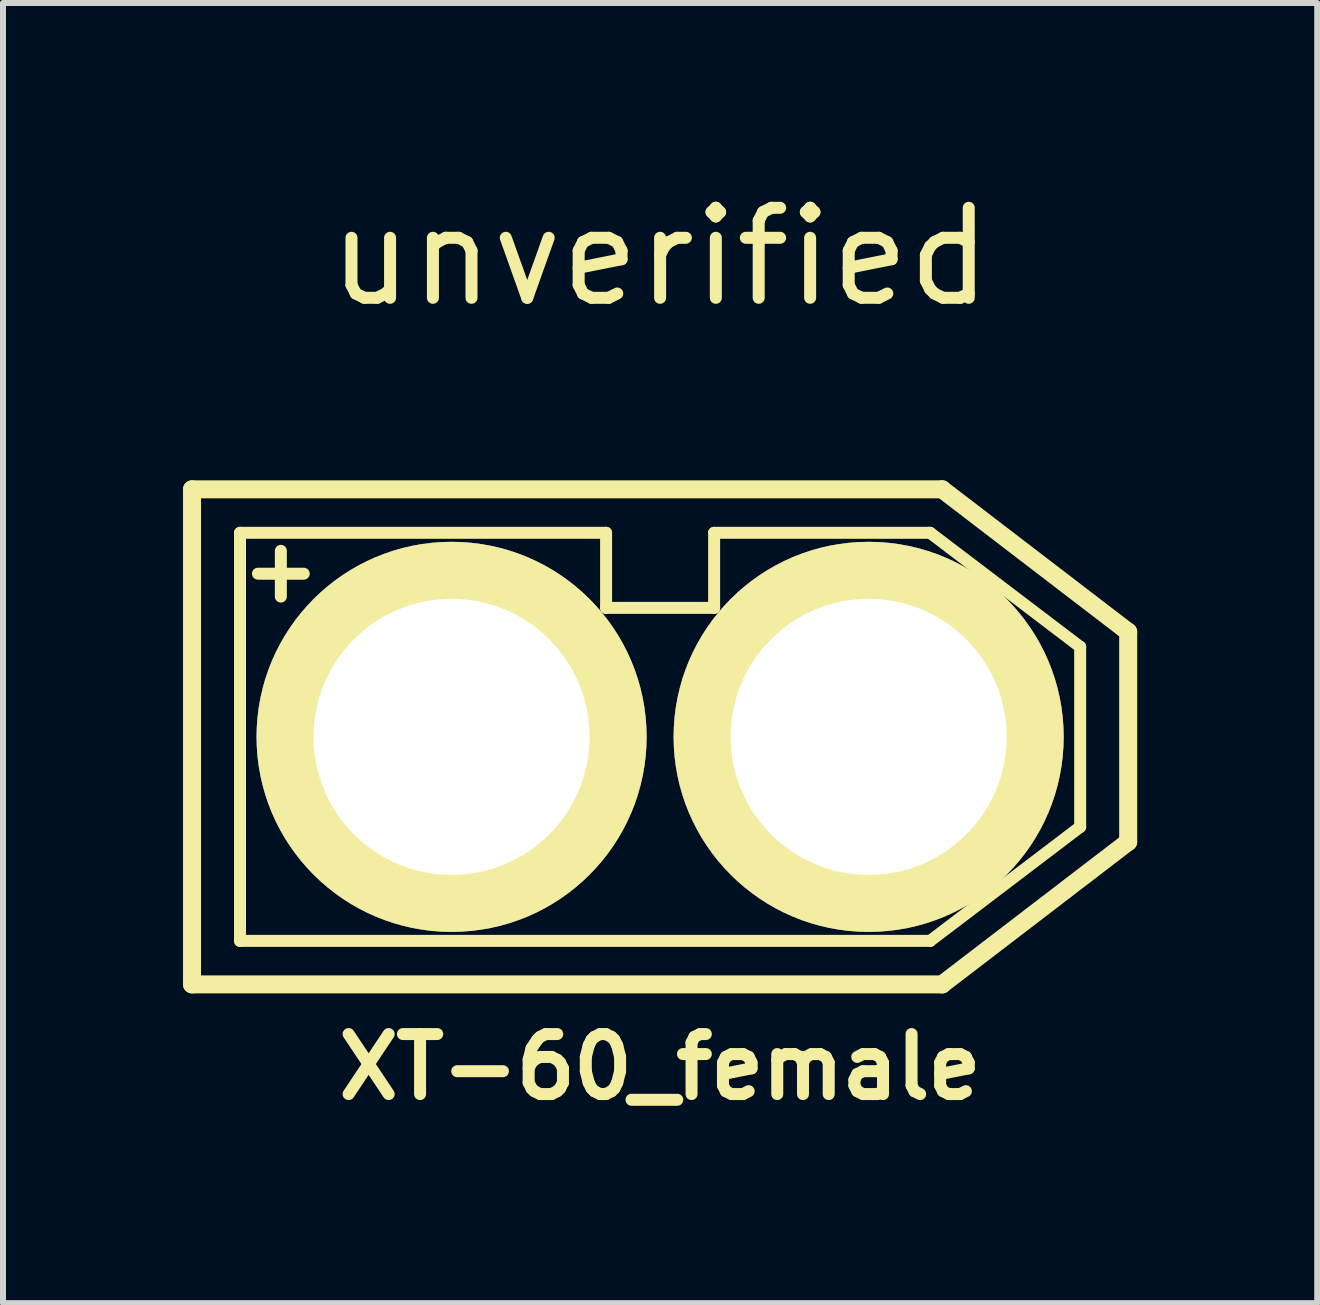
<source format=kicad_pcb>
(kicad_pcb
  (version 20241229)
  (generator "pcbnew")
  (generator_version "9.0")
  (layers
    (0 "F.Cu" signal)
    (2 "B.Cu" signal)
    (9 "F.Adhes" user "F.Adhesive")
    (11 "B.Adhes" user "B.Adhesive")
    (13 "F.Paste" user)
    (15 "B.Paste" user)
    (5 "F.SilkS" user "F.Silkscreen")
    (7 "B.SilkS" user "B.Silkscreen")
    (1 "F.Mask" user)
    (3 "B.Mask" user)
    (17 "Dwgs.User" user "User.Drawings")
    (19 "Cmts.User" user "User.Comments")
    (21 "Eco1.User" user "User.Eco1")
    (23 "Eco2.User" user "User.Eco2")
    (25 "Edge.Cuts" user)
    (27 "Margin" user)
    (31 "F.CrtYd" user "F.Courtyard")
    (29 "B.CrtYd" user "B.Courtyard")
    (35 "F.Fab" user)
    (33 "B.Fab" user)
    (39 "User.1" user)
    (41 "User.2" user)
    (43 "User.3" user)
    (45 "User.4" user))
  (footprint "XT-60_female"
    (layer "F.Cu")
    (at 7.95 9.229)
    (property "Reference" "XT-60_female" (at 0 5.5 0) (layer "F.SilkS") (effects (font (size 1 1) (thickness 0.2))))
    (attr through_hole)
    (fp_line (start -7.8 -4.125) (end -7.8 4.125) (stroke (width 0.3) (type solid)) (layer "F.SilkS"))
    (fp_line (start -7.8 -4.125) (end 4.7 -4.125) (stroke (width 0.3) (type solid)) (layer "F.SilkS"))
    (fp_line (start -7.8 4.125) (end 4.7 4.125) (stroke (width 0.3) (type solid)) (layer "F.SilkS"))
    (fp_line (start -7 -3.4) (end -7 3.4) (stroke (width 0.2) (type solid)) (layer "F.SilkS"))
    (fp_line (start -7 -3.4) (end -0.9 -3.4) (stroke (width 0.2) (type solid)) (layer "F.SilkS"))
    (fp_line (start -7 3.4) (end 4.5 3.4) (stroke (width 0.2) (type solid)) (layer "F.SilkS"))
    (fp_line (start -0.9 -3.4) (end -0.9 -2.15) (stroke (width 0.2) (type solid)) (layer "F.SilkS"))
    (fp_line (start -0.9 -2.15) (end 0.9 -2.15) (stroke (width 0.2) (type solid)) (layer "F.SilkS"))
    (fp_line (start 0.9 -3.4) (end 4.5 -3.4) (stroke (width 0.2) (type solid)) (layer "F.SilkS"))
    (fp_line (start 0.9 -2.15) (end 0.9 -3.4) (stroke (width 0.2) (type solid)) (layer "F.SilkS"))
    (fp_line (start 4.5 -3.4) (end 7 -1.5) (stroke (width 0.2) (type solid)) (layer "F.SilkS"))
    (fp_line (start 4.5 3.4) (end 7 1.5) (stroke (width 0.2) (type solid)) (layer "F.SilkS"))
    (fp_line (start 4.7 -4.125) (end 7.8 -1.75) (stroke (width 0.3) (type solid)) (layer "F.SilkS"))
    (fp_line (start 4.7 4.125) (end 7.8 1.75) (stroke (width 0.3) (type solid)) (layer "F.SilkS"))
    (fp_line (start 7 -1.5) (end 7 1.5) (stroke (width 0.2) (type solid)) (layer "F.SilkS"))
    (fp_line (start 7.8 -1.75) (end 7.8 1.75) (stroke (width 0.3) (type solid)) (layer "F.SilkS"))
    (fp_text user "+" (at -6.32 -2.79 0) (layer "F.SilkS") (effects (font (size 1 1) (thickness 0.2))))
    (fp_text user "unverified" (at 0 -8 0) (layer "F.SilkS") (effects (font (size 1.5 1.5) (thickness 0.2))))
    (pad "1" thru_hole circle (at 3.475 0) (size 6.5 6.5) (drill 4.6) (layers "*.Cu" "*.Mask" "F.SilkS"))
    (pad "2" thru_hole circle (at -3.475 0) (size 6.5 6.5) (drill 4.6) (layers "*.Cu" "*.Mask" "F.SilkS")))
  (gr_rect
    (start -3 -3)
    (end 18.9 18.665)
    (stroke (width 0.1) (type default))
    (fill no)
    (layer "Edge.Cuts")))
</source>
